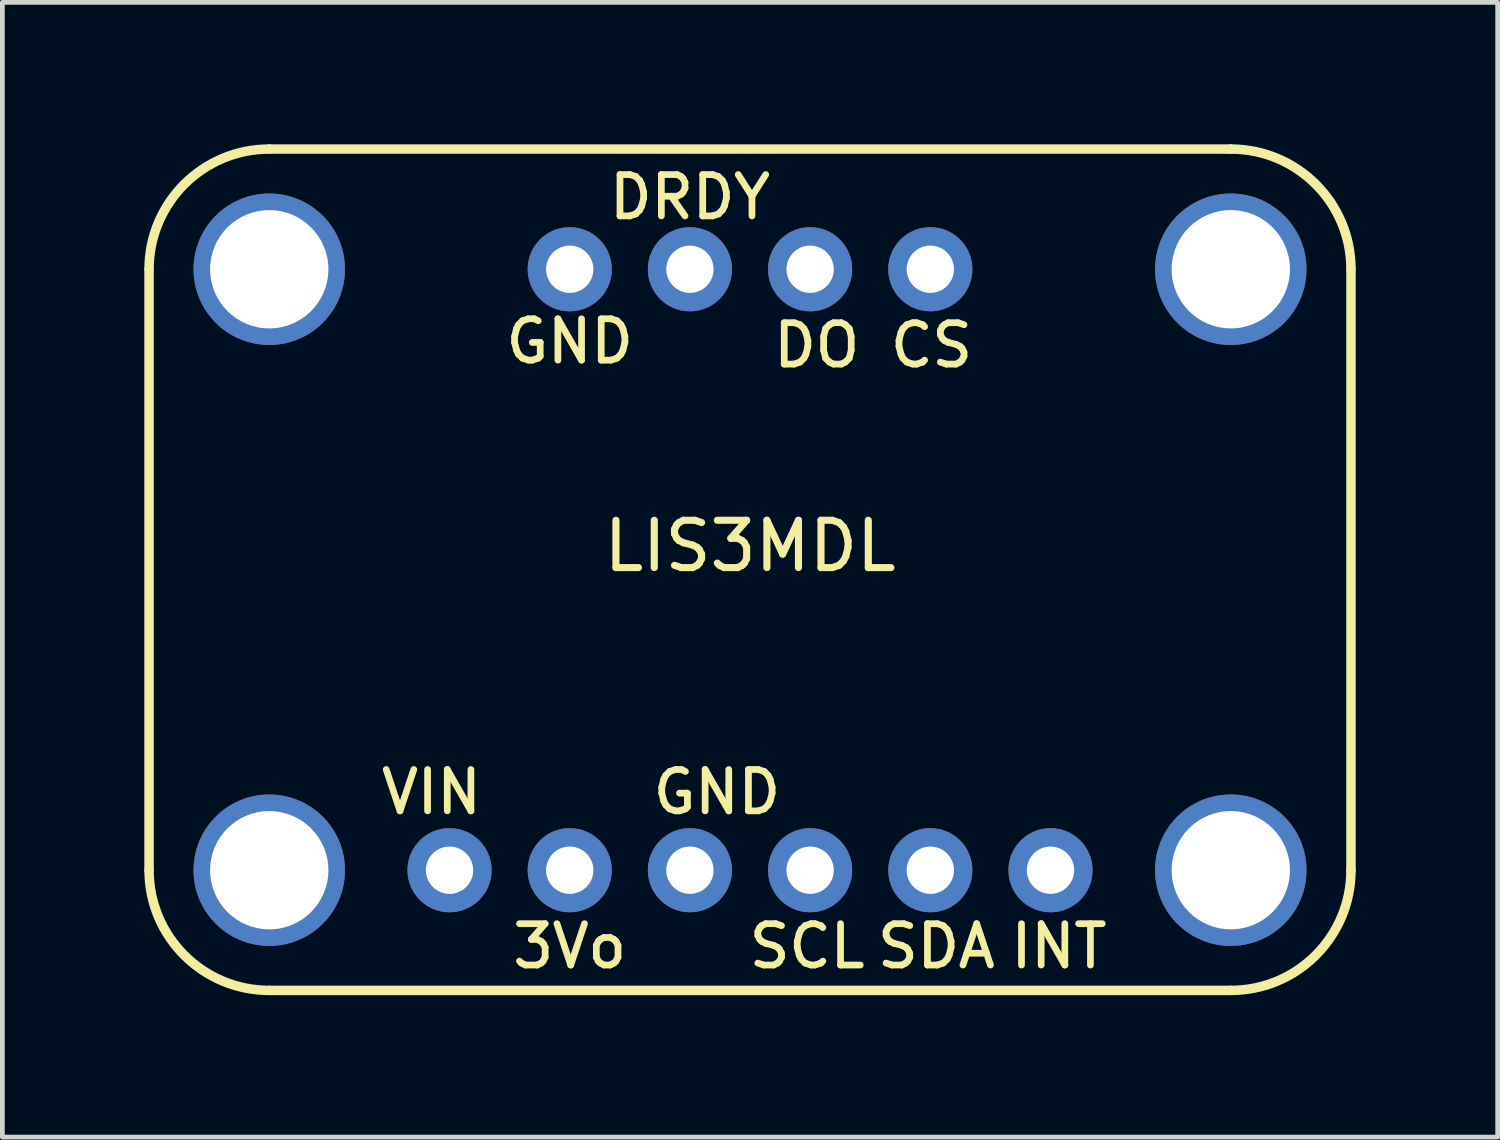
<source format=kicad_pcb>
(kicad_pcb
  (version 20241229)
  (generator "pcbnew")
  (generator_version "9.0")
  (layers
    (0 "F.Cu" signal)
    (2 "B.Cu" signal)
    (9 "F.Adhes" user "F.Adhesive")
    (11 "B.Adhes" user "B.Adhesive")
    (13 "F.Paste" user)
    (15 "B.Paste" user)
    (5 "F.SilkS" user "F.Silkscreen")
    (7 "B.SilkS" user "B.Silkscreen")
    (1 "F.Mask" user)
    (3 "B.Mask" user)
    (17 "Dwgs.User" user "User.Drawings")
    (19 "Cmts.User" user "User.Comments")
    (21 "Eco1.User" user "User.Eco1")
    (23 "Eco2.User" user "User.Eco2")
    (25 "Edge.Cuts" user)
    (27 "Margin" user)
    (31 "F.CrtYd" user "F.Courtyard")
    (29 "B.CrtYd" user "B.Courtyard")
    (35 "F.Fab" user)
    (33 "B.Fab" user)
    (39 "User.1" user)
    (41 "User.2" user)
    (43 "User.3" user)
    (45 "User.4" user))
  (footprint "LIS3MDL"
    (layer "F.Cu")
    (at 12.8 8.99)
    (property "Reference" "LIS3MDL" (at 0 -0.5 0) (unlocked yes) (layer "F.SilkS") (effects (font (size 1 1) (thickness 0.15))))
    (attr through_hole)
    (fp_line (start -12.7 -6.35) (end -12.7 6.35) (stroke (width 0.2) (type solid)) (layer "F.SilkS"))
    (fp_line (start -10.16 8.89) (end 10.16 8.89) (stroke (width 0.2) (type solid)) (layer "F.SilkS"))
    (fp_line (start 10.16 -8.89) (end -10.16 -8.89) (stroke (width 0.2) (type solid)) (layer "F.SilkS"))
    (fp_line (start 12.7 6.35) (end 12.7 -6.35) (stroke (width 0.2) (type solid)) (layer "F.SilkS"))
    (fp_arc (start -12.7 -6.35) (mid -11.956051 -8.146051) (end -10.16 -8.89) (stroke (width 0.2) (type solid)) (layer "F.SilkS"))
    (fp_arc (start -10.16 8.89) (mid -11.956051 8.146051) (end -12.7 6.35) (stroke (width 0.2) (type solid)) (layer "F.SilkS"))
    (fp_arc (start 10.16 -8.89) (mid 11.956051 -8.146051) (end 12.7 -6.35) (stroke (width 0.2) (type solid)) (layer "F.SilkS"))
    (fp_arc (start 12.7 6.35) (mid 11.956051 8.146051) (end 10.16 8.89) (stroke (width 0.2) (type solid)) (layer "F.SilkS"))
    (fp_text user "SCL" (at 1.206 7.957 0) (layer "F.SilkS") (effects (font (size 0.874 0.874) (thickness 0.142))))
    (fp_text user "GND" (at -0.699 4.699 0) (layer "F.SilkS") (effects (font (size 0.874 0.874) (thickness 0.142))))
    (fp_text user "GND" (at -3.81 -4.826 0) (layer "F.SilkS") (effects (font (size 0.874 0.874) (thickness 0.142))))
    (fp_text user "DO" (at 1.41 -4.743 0) (layer "F.SilkS") (effects (font (size 0.874 0.874) (thickness 0.142))))
    (fp_text user "VIN" (at -6.731 4.699 0) (layer "F.SilkS") (effects (font (size 0.874 0.874) (thickness 0.142))))
    (fp_text user "CS" (at 3.835 -4.743 0) (layer "F.SilkS") (effects (font (size 0.874 0.874) (thickness 0.142))))
    (fp_text user "3Vo" (at -3.81 7.957 0) (layer "F.SilkS") (effects (font (size 0.874 0.874) (thickness 0.142))))
    (fp_text user "INT" (at 6.528 7.957 0) (layer "F.SilkS") (effects (font (size 0.874 0.874) (thickness 0.142))))
    (fp_text user "DRDY" (at -1.27 -7.874 0) (layer "F.SilkS") (effects (font (size 0.874 0.874) (thickness 0.142))))
    (fp_text user "SDA" (at 3.937 7.957 0) (layer "F.SilkS") (effects (font (size 0.874 0.874) (thickness 0.142))))
    (pad "1" thru_hole circle (at -6.35 6.35 90) (size 1.778 1.778) (drill 1) (layers "*.Cu" "*.Mask"))
    (pad "2" thru_hole circle (at -3.81 6.35 90) (size 1.778 1.778) (drill 1) (layers "*.Cu" "*.Mask"))
    (pad "3" thru_hole circle (at -3.81 -6.35 270) (size 1.778 1.778) (drill 1) (layers "*.Cu" "*.Mask"))
    (pad "3" thru_hole circle (at -1.27 6.35 90) (size 1.778 1.778) (drill 1) (layers "*.Cu" "*.Mask"))
    (pad "4" thru_hole circle (at 1.27 6.35 90) (size 1.778 1.778) (drill 1) (layers "*.Cu" "*.Mask"))
    (pad "5" thru_hole circle (at 3.81 6.35 90) (size 1.778 1.778) (drill 1) (layers "*.Cu" "*.Mask"))
    (pad "6" thru_hole circle (at 6.35 6.35 90) (size 1.778 1.778) (drill 1) (layers "*.Cu" "*.Mask"))
    (pad "7" thru_hole circle (at 3.81 -6.35 90) (size 1.778 1.778) (drill 1) (layers "*.Cu" "*.Mask"))
    (pad "8" thru_hole circle (at 1.27 -6.35 90) (size 1.778 1.778) (drill 1) (layers "*.Cu" "*.Mask"))
    (pad "9" thru_hole circle (at -1.27 -6.35 90) (size 1.778 1.778) (drill 1) (layers "*.Cu" "*.Mask"))
    (pad "P$1" thru_hole circle (at -10.16 -6.35) (size 3.2 3.2) (drill 2.5) (layers "*.Cu" "*.Mask"))
    (pad "P$1" thru_hole circle (at -10.16 6.35) (size 3.2 3.2) (drill 2.5) (layers "*.Cu" "*.Mask"))
    (pad "P$1" thru_hole circle (at 10.16 -6.35) (size 3.2 3.2) (drill 2.5) (layers "*.Cu" "*.Mask"))
    (pad "P$1" thru_hole circle (at 10.16 6.35) (size 3.2 3.2) (drill 2.5) (layers "*.Cu" "*.Mask")))
  (gr_rect
    (start -3 -3)
    (end 28.6 20.98)
    (stroke (width 0.1) (type default))
    (fill no)
    (layer "Edge.Cuts")))
</source>
